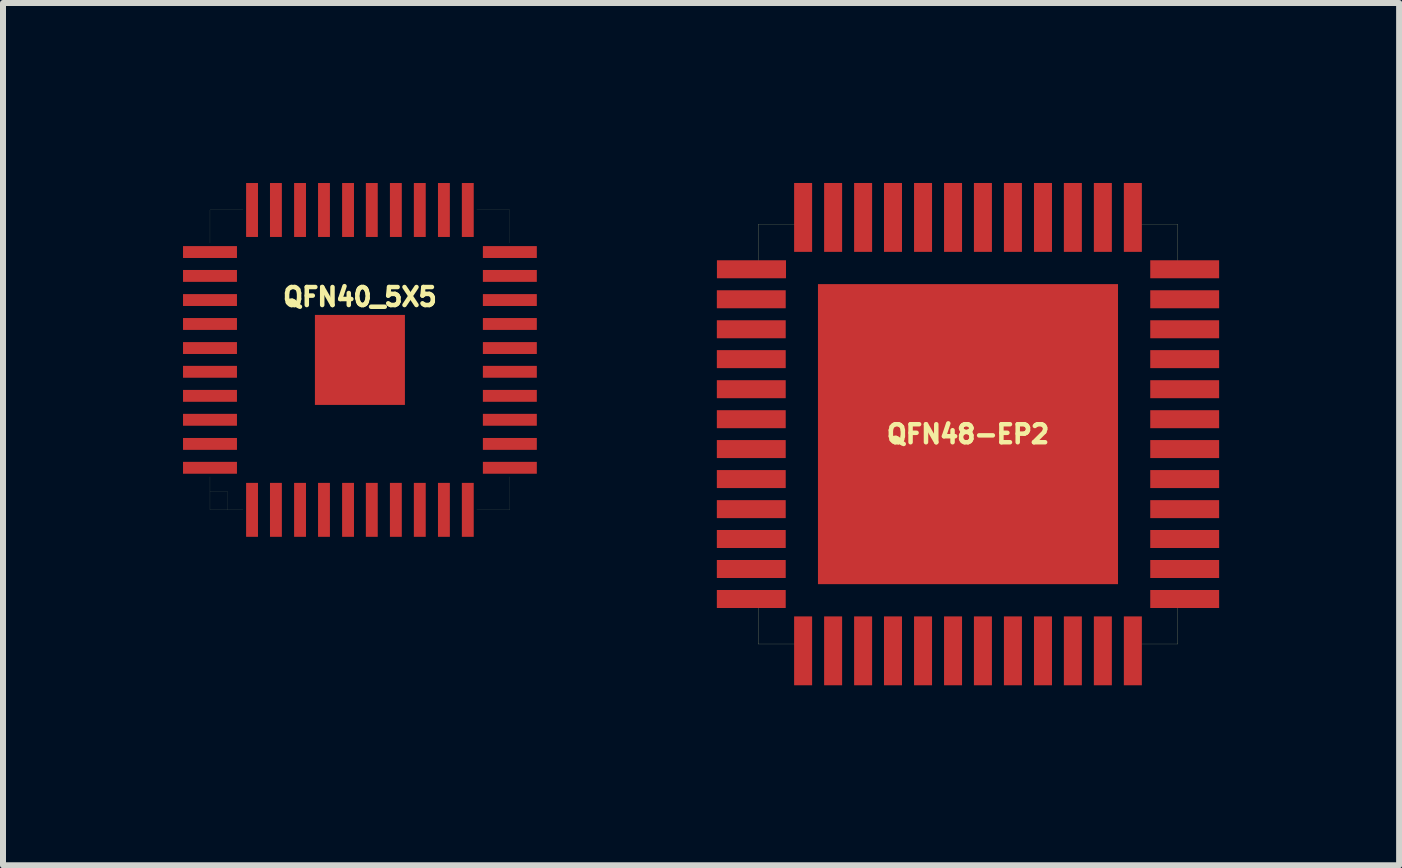
<source format=kicad_pcb>
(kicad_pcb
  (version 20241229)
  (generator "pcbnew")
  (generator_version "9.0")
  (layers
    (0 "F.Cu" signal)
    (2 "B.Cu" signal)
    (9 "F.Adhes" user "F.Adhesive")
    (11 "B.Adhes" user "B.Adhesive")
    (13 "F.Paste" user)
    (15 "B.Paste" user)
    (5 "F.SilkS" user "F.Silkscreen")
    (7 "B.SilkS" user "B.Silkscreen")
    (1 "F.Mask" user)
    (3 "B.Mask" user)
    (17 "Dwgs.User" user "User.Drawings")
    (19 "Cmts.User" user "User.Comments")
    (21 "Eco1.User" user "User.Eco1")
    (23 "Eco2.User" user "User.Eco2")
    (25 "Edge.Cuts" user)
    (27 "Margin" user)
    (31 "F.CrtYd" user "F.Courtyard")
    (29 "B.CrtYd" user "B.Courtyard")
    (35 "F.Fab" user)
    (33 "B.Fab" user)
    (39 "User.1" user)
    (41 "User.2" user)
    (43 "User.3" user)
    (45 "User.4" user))
  (footprint "QFN40_5X5"
    (layer "F.Cu")
    (at 2.949 2.949)
    (property "Reference" "QFN40_5X5" (at 0 -1.05 0) (layer "F.SilkS") (effects (font (size 0.3 0.3) (thickness 0.075))))
    (attr smd)
    (fp_line (start -2.499 -2.499) (end -2.499 -1.948) (stroke (width 0.001) (type solid)) (layer "F.SilkS"))
    (fp_line (start -2.499 -2.499) (end -1.948 -2.499) (stroke (width 0.001) (type solid)) (layer "F.SilkS"))
    (fp_line (start -2.499 1.948) (end -2.499 2.499) (stroke (width 0.001) (type solid)) (layer "F.SilkS"))
    (fp_line (start -2.499 2.2) (end -2.2 2.2) (stroke (width 0.001) (type solid)) (layer "F.SilkS"))
    (fp_line (start -2.499 2.499) (end -1.948 2.499) (stroke (width 0.001) (type solid)) (layer "F.SilkS"))
    (fp_line (start -2.2 2.2) (end -2.2 2.499) (stroke (width 0.001) (type solid)) (layer "F.SilkS"))
    (fp_line (start 1.948 -2.499) (end 2.499 -2.499) (stroke (width 0.001) (type solid)) (layer "F.SilkS"))
    (fp_line (start 1.948 2.499) (end 2.499 2.499) (stroke (width 0.001) (type solid)) (layer "F.SilkS"))
    (fp_line (start 2.499 -2.499) (end 2.499 -1.948) (stroke (width 0.001) (type solid)) (layer "F.SilkS"))
    (fp_line (start 2.499 1.948) (end 2.499 2.499) (stroke (width 0.001) (type solid)) (layer "F.SilkS"))
    (pad "1" smd rect (at -1.798 2.499 180) (size 0.198 0.899) (layers "F.Cu" "F.Mask" "F.Paste"))
    (pad "2" smd rect (at -1.4 2.499 180) (size 0.198 0.899) (layers "F.Cu" "F.Mask" "F.Paste"))
    (pad "3" smd rect (at -0.998 2.499 180) (size 0.198 0.899) (layers "F.Cu" "F.Mask" "F.Paste"))
    (pad "4" smd rect (at -0.599 2.499 180) (size 0.198 0.899) (layers "F.Cu" "F.Mask" "F.Paste"))
    (pad "5" smd rect (at -0.198 2.499 180) (size 0.198 0.899) (layers "F.Cu" "F.Mask" "F.Paste"))
    (pad "6" smd rect (at 0.198 2.499 180) (size 0.198 0.899) (layers "F.Cu" "F.Mask" "F.Paste"))
    (pad "7" smd rect (at 0.599 2.499 180) (size 0.198 0.899) (layers "F.Cu" "F.Mask" "F.Paste"))
    (pad "8" smd rect (at 0.998 2.499 180) (size 0.198 0.899) (layers "F.Cu" "F.Mask" "F.Paste"))
    (pad "9" smd rect (at 1.4 2.499 180) (size 0.198 0.899) (layers "F.Cu" "F.Mask" "F.Paste"))
    (pad "10" smd rect (at 1.798 2.499 180) (size 0.198 0.899) (layers "F.Cu" "F.Mask" "F.Paste"))
    (pad "11" smd rect (at 2.499 1.798 270) (size 0.198 0.899) (layers "F.Cu" "F.Mask" "F.Paste"))
    (pad "12" smd rect (at 2.499 1.4 270) (size 0.198 0.899) (layers "F.Cu" "F.Mask" "F.Paste"))
    (pad "13" smd rect (at 2.499 0.998 270) (size 0.198 0.899) (layers "F.Cu" "F.Mask" "F.Paste"))
    (pad "14" smd rect (at 2.499 0.599 270) (size 0.198 0.899) (layers "F.Cu" "F.Mask" "F.Paste"))
    (pad "15" smd rect (at 2.499 0.198 270) (size 0.198 0.899) (layers "F.Cu" "F.Mask" "F.Paste"))
    (pad "16" smd rect (at 2.499 -0.198 270) (size 0.198 0.899) (layers "F.Cu" "F.Mask" "F.Paste"))
    (pad "17" smd rect (at 2.499 -0.599 270) (size 0.198 0.899) (layers "F.Cu" "F.Mask" "F.Paste"))
    (pad "18" smd rect (at 2.499 -0.998 270) (size 0.198 0.899) (layers "F.Cu" "F.Mask" "F.Paste"))
    (pad "19" smd rect (at 2.499 -1.4 270) (size 0.198 0.899) (layers "F.Cu" "F.Mask" "F.Paste"))
    (pad "20" smd rect (at 2.499 -1.798 270) (size 0.198 0.899) (layers "F.Cu" "F.Mask" "F.Paste"))
    (pad "21" smd rect (at 1.798 -2.499) (size 0.198 0.899) (layers "F.Cu" "F.Mask" "F.Paste"))
    (pad "22" smd rect (at 1.4 -2.499) (size 0.198 0.899) (layers "F.Cu" "F.Mask" "F.Paste"))
    (pad "23" smd rect (at 0.998 -2.499) (size 0.198 0.899) (layers "F.Cu" "F.Mask" "F.Paste"))
    (pad "24" smd rect (at 0.599 -2.499) (size 0.198 0.899) (layers "F.Cu" "F.Mask" "F.Paste"))
    (pad "25" smd rect (at 0.198 -2.499) (size 0.198 0.899) (layers "F.Cu" "F.Mask" "F.Paste"))
    (pad "26" smd rect (at -0.198 -2.499) (size 0.198 0.899) (layers "F.Cu" "F.Mask" "F.Paste"))
    (pad "27" smd rect (at -0.599 -2.499) (size 0.198 0.899) (layers "F.Cu" "F.Mask" "F.Paste"))
    (pad "28" smd rect (at -0.998 -2.499) (size 0.198 0.899) (layers "F.Cu" "F.Mask" "F.Paste"))
    (pad "29" smd rect (at -1.4 -2.499) (size 0.198 0.899) (layers "F.Cu" "F.Mask" "F.Paste"))
    (pad "30" smd rect (at -1.798 -2.499) (size 0.198 0.899) (layers "F.Cu" "F.Mask" "F.Paste"))
    (pad "31" smd rect (at -2.499 -1.798 90) (size 0.198 0.899) (layers "F.Cu" "F.Mask" "F.Paste"))
    (pad "32" smd rect (at -2.499 -1.4 90) (size 0.198 0.899) (layers "F.Cu" "F.Mask" "F.Paste"))
    (pad "33" smd rect (at -2.499 -0.998 90) (size 0.198 0.899) (layers "F.Cu" "F.Mask" "F.Paste"))
    (pad "34" smd rect (at -2.499 -0.599 90) (size 0.198 0.899) (layers "F.Cu" "F.Mask" "F.Paste"))
    (pad "35" smd rect (at -2.499 -0.198 90) (size 0.198 0.899) (layers "F.Cu" "F.Mask" "F.Paste"))
    (pad "36" smd rect (at -2.499 0.198 90) (size 0.198 0.899) (layers "F.Cu" "F.Mask" "F.Paste"))
    (pad "37" smd rect (at -2.499 0.599 90) (size 0.198 0.899) (layers "F.Cu" "F.Mask" "F.Paste"))
    (pad "38" smd rect (at -2.499 0.998 90) (size 0.198 0.899) (layers "F.Cu" "F.Mask" "F.Paste"))
    (pad "39" smd rect (at -2.499 1.4 90) (size 0.198 0.899) (layers "F.Cu" "F.Mask" "F.Paste"))
    (pad "40" smd rect (at -2.499 1.798 90) (size 0.198 0.899) (layers "F.Cu" "F.Mask" "F.Paste"))
    (pad "EP" smd rect (at 0 0) (size 1.5 1.5) (layers "F.Cu" "F.Mask" "F.Paste")))
  (footprint "QFN48-EP2"
    (layer "F.Cu")
    (at 13.084 4.186)
    (property "Reference" "QFN48-EP2" (at 0 0 0) (layer "F.SilkS") (effects (font (size 0.3 0.3) (thickness 0.076))))
    (attr through_hole)
    (fp_line (start -3.498 -3.498) (end -3.498 -2.898) (stroke (width 0.003) (type solid)) (layer "F.SilkS"))
    (fp_line (start -3.498 -3.498) (end -2.898 -3.498) (stroke (width 0.003) (type solid)) (layer "F.SilkS"))
    (fp_line (start -3.498 2.898) (end -3.498 3.498) (stroke (width 0.003) (type solid)) (layer "F.SilkS"))
    (fp_line (start -3.498 3.498) (end -3.498 3.498) (stroke (width 0.003) (type solid)) (layer "F.SilkS"))
    (fp_line (start -3.498 3.498) (end -2.898 3.498) (stroke (width 0.003) (type solid)) (layer "F.SilkS"))
    (fp_line (start 2.898 -3.498) (end 3.498 -3.498) (stroke (width 0.003) (type solid)) (layer "F.SilkS"))
    (fp_line (start 2.898 3.498) (end 3.498 3.498) (stroke (width 0.003) (type solid)) (layer "F.SilkS"))
    (fp_line (start 3.498 -3.498) (end 3.498 -2.898) (stroke (width 0.003) (type solid)) (layer "F.SilkS"))
    (fp_line (start 3.498 2.898) (end 3.498 3.498) (stroke (width 0.003) (type solid)) (layer "F.SilkS"))
    (pad "1" smd rect (at -2.748 3.612 180) (size 0.3 1.148) (layers "F.Cu" "F.Mask" "F.Paste"))
    (pad "2" smd rect (at -2.248 3.612 180) (size 0.3 1.148) (layers "F.Cu" "F.Mask" "F.Paste"))
    (pad "3" smd rect (at -1.748 3.612 180) (size 0.3 1.148) (layers "F.Cu" "F.Mask" "F.Paste"))
    (pad "4" smd rect (at -1.25 3.612 180) (size 0.3 1.148) (layers "F.Cu" "F.Mask" "F.Paste"))
    (pad "5" smd rect (at -0.749 3.612 180) (size 0.3 1.148) (layers "F.Cu" "F.Mask" "F.Paste"))
    (pad "6" smd rect (at -0.249 3.612 180) (size 0.3 1.148) (layers "F.Cu" "F.Mask" "F.Paste"))
    (pad "7" smd rect (at 0.249 3.612 180) (size 0.3 1.148) (layers "F.Cu" "F.Mask" "F.Paste"))
    (pad "8" smd rect (at 0.749 3.612 180) (size 0.3 1.148) (layers "F.Cu" "F.Mask" "F.Paste"))
    (pad "9" smd rect (at 1.25 3.612 180) (size 0.3 1.148) (layers "F.Cu" "F.Mask" "F.Paste"))
    (pad "10" smd rect (at 1.748 3.612 180) (size 0.3 1.148) (layers "F.Cu" "F.Mask" "F.Paste"))
    (pad "11" smd rect (at 2.248 3.612 180) (size 0.3 1.148) (layers "F.Cu" "F.Mask" "F.Paste"))
    (pad "12" smd rect (at 2.748 3.612 180) (size 0.3 1.148) (layers "F.Cu" "F.Mask" "F.Paste"))
    (pad "13" smd rect (at 3.612 2.748 270) (size 0.3 1.148) (layers "F.Cu" "F.Mask" "F.Paste"))
    (pad "14" smd rect (at 3.612 2.248 270) (size 0.3 1.148) (layers "F.Cu" "F.Mask" "F.Paste"))
    (pad "15" smd rect (at 3.612 1.748 270) (size 0.3 1.148) (layers "F.Cu" "F.Mask" "F.Paste"))
    (pad "16" smd rect (at 3.612 1.25 270) (size 0.3 1.148) (layers "F.Cu" "F.Mask" "F.Paste"))
    (pad "17" smd rect (at 3.612 0.749 270) (size 0.3 1.148) (layers "F.Cu" "F.Mask" "F.Paste"))
    (pad "18" smd rect (at 3.612 0.249 270) (size 0.3 1.148) (layers "F.Cu" "F.Mask" "F.Paste"))
    (pad "19" smd rect (at 3.612 -0.249 270) (size 0.3 1.148) (layers "F.Cu" "F.Mask" "F.Paste"))
    (pad "20" smd rect (at 3.612 -0.749 270) (size 0.3 1.148) (layers "F.Cu" "F.Mask" "F.Paste"))
    (pad "21" smd rect (at 3.612 -1.25 270) (size 0.3 1.148) (layers "F.Cu" "F.Mask" "F.Paste"))
    (pad "22" smd rect (at 3.612 -1.748 270) (size 0.3 1.148) (layers "F.Cu" "F.Mask" "F.Paste"))
    (pad "23" smd rect (at 3.612 -2.248 270) (size 0.3 1.148) (layers "F.Cu" "F.Mask" "F.Paste"))
    (pad "24" smd rect (at 3.612 -2.748 270) (size 0.3 1.148) (layers "F.Cu" "F.Mask" "F.Paste"))
    (pad "25" smd rect (at 2.748 -3.612) (size 0.3 1.148) (layers "F.Cu" "F.Mask" "F.Paste"))
    (pad "26" smd rect (at 2.248 -3.612) (size 0.3 1.148) (layers "F.Cu" "F.Mask" "F.Paste"))
    (pad "27" smd rect (at 1.748 -3.612) (size 0.3 1.148) (layers "F.Cu" "F.Mask" "F.Paste"))
    (pad "28" smd rect (at 1.25 -3.612) (size 0.3 1.148) (layers "F.Cu" "F.Mask" "F.Paste"))
    (pad "29" smd rect (at 0.749 -3.612) (size 0.3 1.148) (layers "F.Cu" "F.Mask" "F.Paste"))
    (pad "30" smd rect (at 0.249 -3.612) (size 0.3 1.148) (layers "F.Cu" "F.Mask" "F.Paste"))
    (pad "31" smd rect (at -0.249 -3.612) (size 0.3 1.148) (layers "F.Cu" "F.Mask" "F.Paste"))
    (pad "32" smd rect (at -0.749 -3.612) (size 0.3 1.148) (layers "F.Cu" "F.Mask" "F.Paste"))
    (pad "33" smd rect (at -1.25 -3.612) (size 0.3 1.148) (layers "F.Cu" "F.Mask" "F.Paste"))
    (pad "34" smd rect (at -1.748 -3.612) (size 0.3 1.148) (layers "F.Cu" "F.Mask" "F.Paste"))
    (pad "35" smd rect (at -2.248 -3.612) (size 0.3 1.148) (layers "F.Cu" "F.Mask" "F.Paste"))
    (pad "36" smd rect (at -2.748 -3.612) (size 0.3 1.148) (layers "F.Cu" "F.Mask" "F.Paste"))
    (pad "37" smd rect (at -3.609 -2.748 90) (size 0.3 1.151) (layers "F.Cu" "F.Mask" "F.Paste"))
    (pad "38" smd rect (at -3.612 -2.248 90) (size 0.3 1.148) (layers "F.Cu" "F.Mask" "F.Paste"))
    (pad "39" smd rect (at -3.612 -1.748 90) (size 0.3 1.148) (layers "F.Cu" "F.Mask" "F.Paste"))
    (pad "40" smd rect (at -3.612 -1.25 90) (size 0.3 1.148) (layers "F.Cu" "F.Mask" "F.Paste"))
    (pad "41" smd rect (at -3.612 -0.749 90) (size 0.3 1.148) (layers "F.Cu" "F.Mask" "F.Paste"))
    (pad "42" smd rect (at -3.612 -0.249 90) (size 0.3 1.148) (layers "F.Cu" "F.Mask" "F.Paste"))
    (pad "43" smd rect (at -3.612 0.249 90) (size 0.3 1.148) (layers "F.Cu" "F.Mask" "F.Paste"))
    (pad "44" smd rect (at -3.612 0.749 90) (size 0.3 1.148) (layers "F.Cu" "F.Mask" "F.Paste"))
    (pad "45" smd rect (at -3.612 1.25 90) (size 0.3 1.148) (layers "F.Cu" "F.Mask" "F.Paste"))
    (pad "46" smd rect (at -3.612 1.748 90) (size 0.3 1.148) (layers "F.Cu" "F.Mask" "F.Paste"))
    (pad "47" smd rect (at -3.612 2.248 90) (size 0.3 1.148) (layers "F.Cu" "F.Mask" "F.Paste"))
    (pad "48" smd rect (at -3.612 2.748 90) (size 0.3 1.148) (layers "F.Cu" "F.Mask" "F.Paste"))
    (pad "EP" smd rect (at 0 0) (size 5.001 5.001) (layers "F.Cu" "F.Mask" "F.Paste")))
  (gr_rect
    (start -3 -3)
    (end 20.27 11.372)
    (stroke (width 0.1) (type default))
    (fill no)
    (layer "Edge.Cuts")))
</source>
